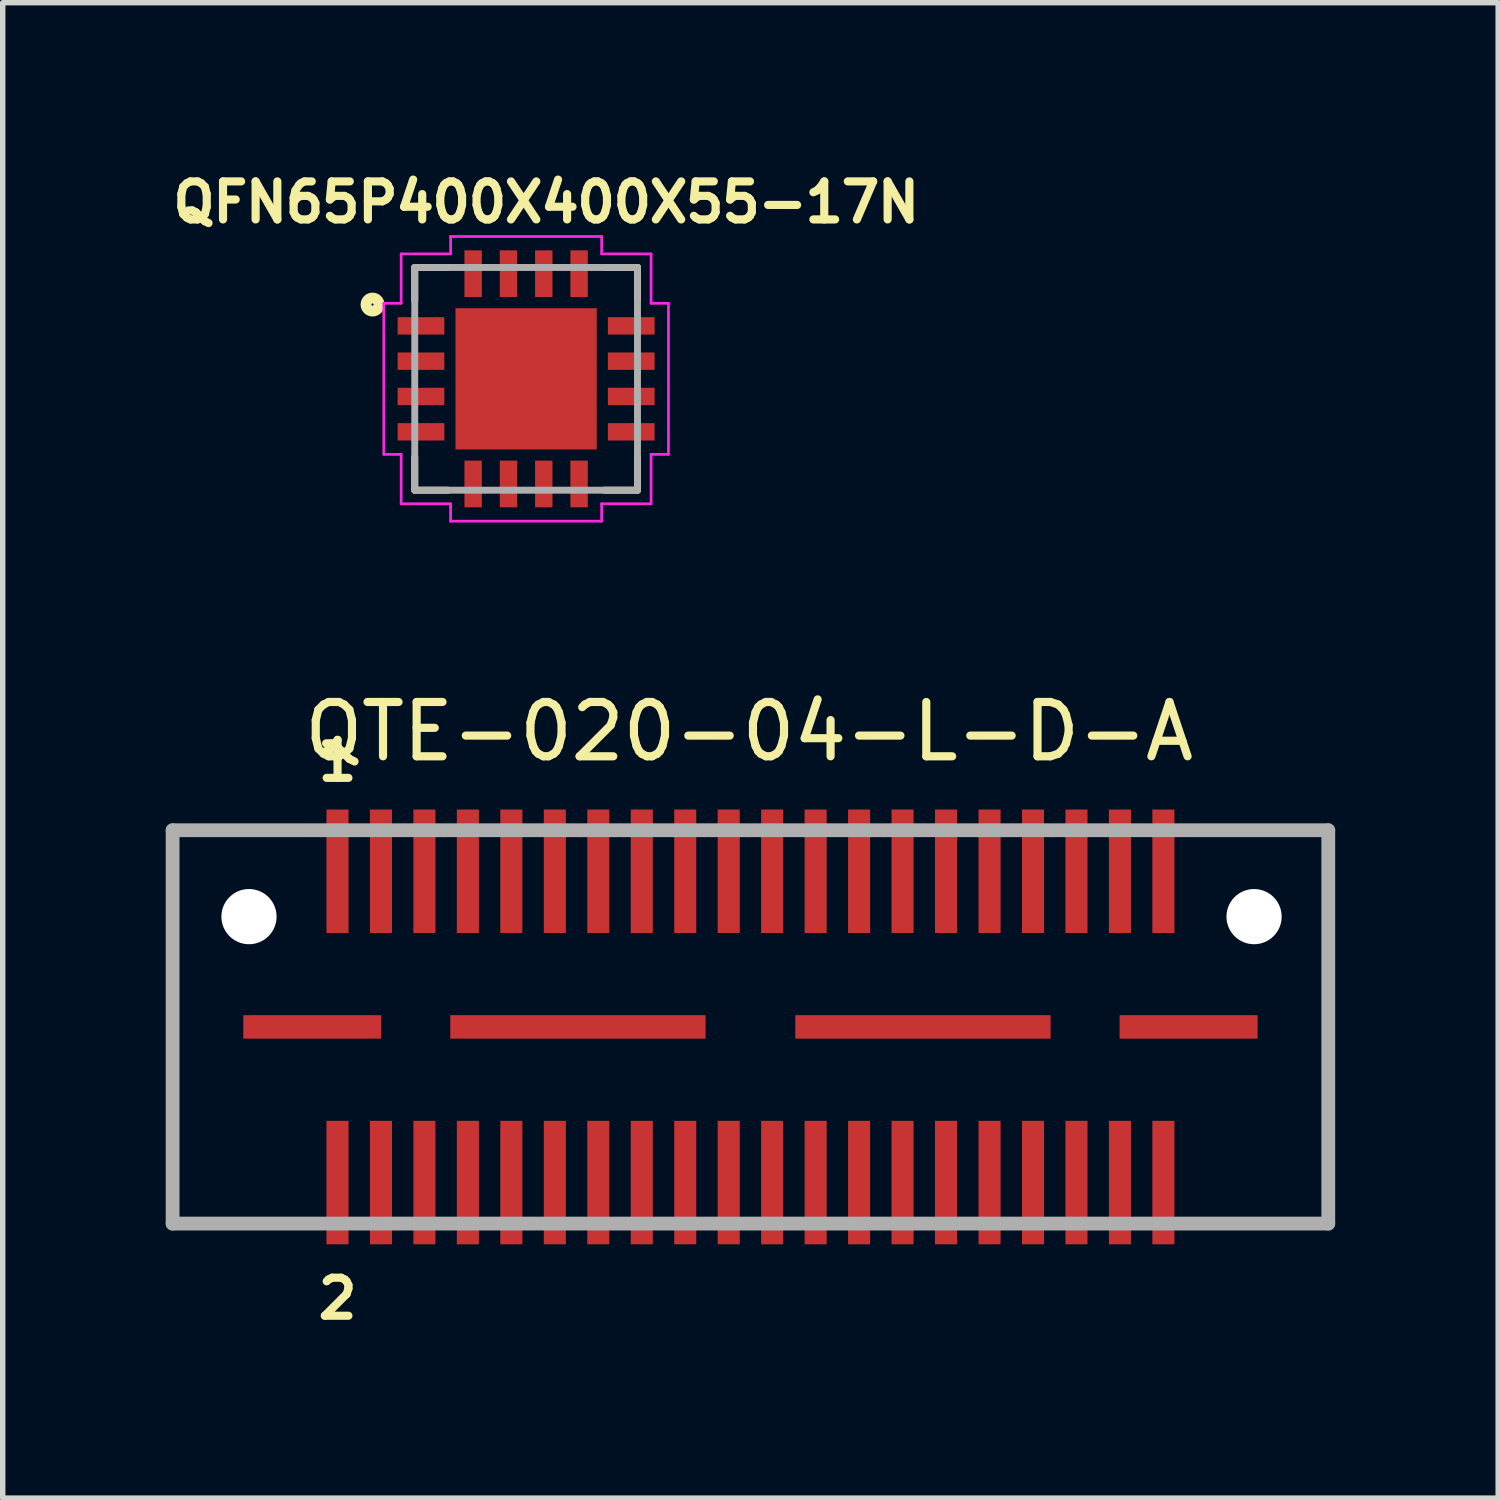
<source format=kicad_pcb>
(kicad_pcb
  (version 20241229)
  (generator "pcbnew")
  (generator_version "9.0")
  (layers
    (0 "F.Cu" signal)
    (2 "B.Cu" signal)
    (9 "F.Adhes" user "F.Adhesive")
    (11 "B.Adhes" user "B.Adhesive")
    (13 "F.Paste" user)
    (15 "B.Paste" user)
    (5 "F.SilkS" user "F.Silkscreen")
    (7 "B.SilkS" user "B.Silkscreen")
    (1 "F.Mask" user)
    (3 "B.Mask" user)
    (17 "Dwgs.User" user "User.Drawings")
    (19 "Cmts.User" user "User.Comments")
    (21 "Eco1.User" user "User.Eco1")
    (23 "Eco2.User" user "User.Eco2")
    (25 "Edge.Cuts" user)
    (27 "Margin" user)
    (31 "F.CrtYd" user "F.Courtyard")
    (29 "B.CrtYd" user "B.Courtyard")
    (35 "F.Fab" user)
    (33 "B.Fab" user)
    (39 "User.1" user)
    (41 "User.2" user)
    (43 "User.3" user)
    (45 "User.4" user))
  (footprint "QFN65P400X400X55-17N"
    (layer "F.Cu")
    (at 6.634 3.923)
    (property "Reference" "QFN65P400X400X55-17N" (at 0.371 -3.25 0) (layer "F.SilkS") (effects (font (size 0.7 0.7) (thickness 0.15))))
    (attr through_hole)
    (fp_line (start -2.05 -2.05) (end -2.05 -1.437) (stroke (width 0.127) (type solid)) (layer "F.SilkS"))
    (fp_line (start -2.05 2.05) (end -2.05 1.44) (stroke (width 0.127) (type solid)) (layer "F.SilkS"))
    (fp_line (start -1.437 -2.05) (end -2.05 -2.05) (stroke (width 0.127) (type solid)) (layer "F.SilkS"))
    (fp_line (start -1.437 2.05) (end -2.05 2.05) (stroke (width 0.127) (type solid)) (layer "F.SilkS"))
    (fp_line (start 1.44 -2.05) (end 2.05 -2.05) (stroke (width 0.127) (type solid)) (layer "F.SilkS"))
    (fp_line (start 1.44 2.05) (end 2.05 2.05) (stroke (width 0.127) (type solid)) (layer "F.SilkS"))
    (fp_line (start 2.05 -2.05) (end 2.05 -1.437) (stroke (width 0.127) (type solid)) (layer "F.SilkS"))
    (fp_line (start 2.05 2.05) (end 2.05 1.44) (stroke (width 0.127) (type solid)) (layer "F.SilkS"))
    (fp_circle (center -2.827 -1.367) (end -2.707 -1.367) (stroke (width 0.2) (type solid)) (fill no) (layer "F.SilkS"))
    (fp_poly (pts (xy -1.047 -1.045) (xy -0.125 -1.045) (xy -0.125 -0.125) (xy -1.047 -0.125)) (stroke (width 0.01) (type solid)) (fill yes) (layer "F.Paste"))
    (fp_poly (pts (xy -1.046 0.125) (xy -0.125 0.125) (xy -0.125 1.046) (xy -1.046 1.046)) (stroke (width 0.01) (type solid)) (fill yes) (layer "F.Paste"))
    (fp_poly (pts (xy 0.125 0.125) (xy 1.045 0.125) (xy 1.045 1.045) (xy 0.125 1.045)) (stroke (width 0.01) (type solid)) (fill yes) (layer "F.Paste"))
    (fp_poly (pts (xy 0.125 -1.045) (xy 1.045 -1.045) (xy 1.045 -0.125) (xy 0.125 -0.125)) (stroke (width 0.01) (type solid)) (fill yes) (layer "F.Paste"))
    (fp_line (start -2.62 -1.39) (end -2.3 -1.39) (stroke (width 0.05) (type solid)) (layer "F.CrtYd"))
    (fp_line (start -2.62 1.39) (end -2.62 -1.39) (stroke (width 0.05) (type solid)) (layer "F.CrtYd"))
    (fp_line (start -2.3 -2.3) (end -1.39 -2.3) (stroke (width 0.05) (type solid)) (layer "F.CrtYd"))
    (fp_line (start -2.3 -1.39) (end -2.3 -2.3) (stroke (width 0.05) (type solid)) (layer "F.CrtYd"))
    (fp_line (start -2.3 1.39) (end -2.62 1.39) (stroke (width 0.05) (type solid)) (layer "F.CrtYd"))
    (fp_line (start -2.3 2.3) (end -2.3 1.39) (stroke (width 0.05) (type solid)) (layer "F.CrtYd"))
    (fp_line (start -1.39 -2.62) (end 1.39 -2.62) (stroke (width 0.05) (type solid)) (layer "F.CrtYd"))
    (fp_line (start -1.39 -2.3) (end -1.39 -2.62) (stroke (width 0.05) (type solid)) (layer "F.CrtYd"))
    (fp_line (start -1.39 2.3) (end -2.3 2.3) (stroke (width 0.05) (type solid)) (layer "F.CrtYd"))
    (fp_line (start -1.39 2.62) (end -1.39 2.3) (stroke (width 0.05) (type solid)) (layer "F.CrtYd"))
    (fp_line (start 1.39 -2.62) (end 1.39 -2.3) (stroke (width 0.05) (type solid)) (layer "F.CrtYd"))
    (fp_line (start 1.39 -2.3) (end 2.3 -2.3) (stroke (width 0.05) (type solid)) (layer "F.CrtYd"))
    (fp_line (start 1.39 2.3) (end 1.39 2.62) (stroke (width 0.05) (type solid)) (layer "F.CrtYd"))
    (fp_line (start 1.39 2.62) (end -1.39 2.62) (stroke (width 0.05) (type solid)) (layer "F.CrtYd"))
    (fp_line (start 2.3 -2.3) (end 2.3 -1.39) (stroke (width 0.05) (type solid)) (layer "F.CrtYd"))
    (fp_line (start 2.3 -1.39) (end 2.62 -1.39) (stroke (width 0.05) (type solid)) (layer "F.CrtYd"))
    (fp_line (start 2.3 1.39) (end 2.3 2.3) (stroke (width 0.05) (type solid)) (layer "F.CrtYd"))
    (fp_line (start 2.3 2.3) (end 1.39 2.3) (stroke (width 0.05) (type solid)) (layer "F.CrtYd"))
    (fp_line (start 2.62 -1.39) (end 2.62 1.39) (stroke (width 0.05) (type solid)) (layer "F.CrtYd"))
    (fp_line (start 2.62 1.39) (end 2.3 1.39) (stroke (width 0.05) (type solid)) (layer "F.CrtYd"))
    (fp_line (start -2.05 -2.05) (end -2.05 2.05) (stroke (width 0.127) (type solid)) (layer "F.Fab"))
    (fp_line (start -2.05 -2.05) (end 2.05 -2.05) (stroke (width 0.127) (type solid)) (layer "F.Fab"))
    (fp_line (start 2.05 2.05) (end -2.05 2.05) (stroke (width 0.127) (type solid)) (layer "F.Fab"))
    (fp_line (start 2.05 2.05) (end 2.05 -2.05) (stroke (width 0.127) (type solid)) (layer "F.Fab"))
    (pad "1" smd rect (at -1.935 -0.975) (size 0.86 0.32) (layers "F.Cu" "F.Mask" "F.Paste"))
    (pad "2" smd rect (at -1.935 -0.325) (size 0.86 0.32) (layers "F.Cu" "F.Mask" "F.Paste"))
    (pad "3" smd rect (at -1.935 0.325) (size 0.86 0.32) (layers "F.Cu" "F.Mask" "F.Paste"))
    (pad "4" smd rect (at -1.935 0.975) (size 0.86 0.32) (layers "F.Cu" "F.Mask" "F.Paste"))
    (pad "5" smd rect (at -0.975 1.935) (size 0.32 0.86) (layers "F.Cu" "F.Mask" "F.Paste"))
    (pad "6" smd rect (at -0.325 1.935) (size 0.32 0.86) (layers "F.Cu" "F.Mask" "F.Paste"))
    (pad "7" smd rect (at 0.325 1.935) (size 0.32 0.86) (layers "F.Cu" "F.Mask" "F.Paste"))
    (pad "8" smd rect (at 0.975 1.935) (size 0.32 0.86) (layers "F.Cu" "F.Mask" "F.Paste"))
    (pad "9" smd rect (at 1.935 0.975) (size 0.86 0.32) (layers "F.Cu" "F.Mask" "F.Paste"))
    (pad "10" smd rect (at 1.935 0.325) (size 0.86 0.32) (layers "F.Cu" "F.Mask" "F.Paste"))
    (pad "11" smd rect (at 1.935 -0.325) (size 0.86 0.32) (layers "F.Cu" "F.Mask" "F.Paste"))
    (pad "12" smd rect (at 1.935 -0.975) (size 0.86 0.32) (layers "F.Cu" "F.Mask" "F.Paste"))
    (pad "13" smd rect (at 0.975 -1.935) (size 0.32 0.86) (layers "F.Cu" "F.Mask" "F.Paste"))
    (pad "14" smd rect (at 0.325 -1.935) (size 0.32 0.86) (layers "F.Cu" "F.Mask" "F.Paste"))
    (pad "15" smd rect (at -0.325 -1.935) (size 0.32 0.86) (layers "F.Cu" "F.Mask" "F.Paste"))
    (pad "16" smd rect (at -0.975 -1.935) (size 0.32 0.86) (layers "F.Cu" "F.Mask" "F.Paste"))
    (pad "17" smd rect (at 0 0) (size 2.6 2.6) (layers "F.Cu" "F.Mask")))
  (footprint "QTE-020-04-L-D-A"
    (layer "F.Cu")
    (at 10.763 15.852)
    (property "Reference" "QTE-020-04-L-D-A" (at -0.025 -5.436 0) (layer "F.SilkS") (effects (font (size 1 1) (thickness 0.15))))
    (attr through_hole)
    (fp_line (start -7.675 -3.454) (end -7.472 -3.454) (stroke (width 0.2) (type solid)) (layer "Margin"))
    (fp_line (start -7.675 -2.247) (end -7.675 -3.454) (stroke (width 0.2) (type solid)) (layer "Margin"))
    (fp_line (start -7.675 2.274) (end -7.472 2.274) (stroke (width 0.2) (type solid)) (layer "Margin"))
    (fp_line (start -7.675 3.48) (end -7.675 2.274) (stroke (width 0.2) (type solid)) (layer "Margin"))
    (fp_line (start -7.472 -3.454) (end -7.472 -2.247) (stroke (width 0.2) (type solid)) (layer "Margin"))
    (fp_line (start -7.472 -2.247) (end -7.675 -2.247) (stroke (width 0.2) (type solid)) (layer "Margin"))
    (fp_line (start -7.472 2.274) (end -7.472 3.48) (stroke (width 0.2) (type solid)) (layer "Margin"))
    (fp_line (start -7.472 3.48) (end -7.675 3.48) (stroke (width 0.2) (type solid)) (layer "Margin"))
    (fp_line (start 7.527 -3.454) (end 7.73 -3.454) (stroke (width 0.2) (type solid)) (layer "Margin"))
    (fp_line (start 7.527 -2.247) (end 7.527 -3.454) (stroke (width 0.2) (type solid)) (layer "Margin"))
    (fp_line (start 7.527 2.274) (end 7.73 2.274) (stroke (width 0.2) (type solid)) (layer "Margin"))
    (fp_line (start 7.527 3.48) (end 7.527 2.274) (stroke (width 0.2) (type solid)) (layer "Margin"))
    (fp_line (start 7.73 -3.454) (end 7.73 -2.247) (stroke (width 0.2) (type solid)) (layer "Margin"))
    (fp_line (start 7.73 -2.247) (end 7.527 -2.247) (stroke (width 0.2) (type solid)) (layer "Margin"))
    (fp_line (start 7.73 2.274) (end 7.73 3.48) (stroke (width 0.2) (type solid)) (layer "Margin"))
    (fp_line (start 7.73 3.48) (end 7.527 3.48) (stroke (width 0.2) (type solid)) (layer "Margin"))
    (fp_line (start -10.636 -3.62) (end 10.636 -3.62) (stroke (width 0.254) (type solid)) (layer "F.Fab"))
    (fp_line (start -10.636 3.62) (end -10.636 -3.62) (stroke (width 0.254) (type solid)) (layer "F.Fab"))
    (fp_line (start 10.636 -3.62) (end 10.636 3.62) (stroke (width 0.254) (type solid)) (layer "F.Fab"))
    (fp_line (start 10.636 3.62) (end -10.636 3.62) (stroke (width 0.254) (type solid)) (layer "F.Fab"))
    (fp_text user "2" (at -7.6 5 0) (layer "F.SilkS") (effects (font (size 0.7 0.7) (thickness 0.15))))
    (fp_text user "1" (at -7.6 -4.9 0) (layer "F.SilkS") (effects (font (size 0.7 0.7) (thickness 0.15))))
    (pad "" np_thru_hole circle (at -9.23 -2.03) (size 1.016 1.016) (drill 1.016) (layers "*.Cu" "*.Mask"))
    (pad "" np_thru_hole circle (at 9.27 -2.03) (size 1.016 1.016) (drill 1.016) (layers "*.Cu" "*.Mask"))
    (pad "1" smd rect (at -7.601 -2.865) (size 0.406 2.273) (layers "F.Cu" "F.Mask" "F.Paste"))
    (pad "2" smd rect (at -7.601 2.865) (size 0.406 2.273) (layers "F.Cu" "F.Mask" "F.Paste"))
    (pad "3" smd rect (at -6.801 -2.865) (size 0.406 2.273) (layers "F.Cu" "F.Mask" "F.Paste"))
    (pad "4" smd rect (at -6.801 2.865) (size 0.406 2.273) (layers "F.Cu" "F.Mask" "F.Paste"))
    (pad "5" smd rect (at -6.001 -2.865) (size 0.406 2.273) (layers "F.Cu" "F.Mask" "F.Paste"))
    (pad "6" smd rect (at -6.001 2.865) (size 0.406 2.273) (layers "F.Cu" "F.Mask" "F.Paste"))
    (pad "7" smd rect (at -5.201 -2.865) (size 0.406 2.273) (layers "F.Cu" "F.Mask" "F.Paste"))
    (pad "8" smd rect (at -5.201 2.865) (size 0.406 2.273) (layers "F.Cu" "F.Mask" "F.Paste"))
    (pad "9" smd rect (at -4.401 -2.865) (size 0.406 2.273) (layers "F.Cu" "F.Mask" "F.Paste"))
    (pad "10" smd rect (at -4.401 2.865) (size 0.406 2.273) (layers "F.Cu" "F.Mask" "F.Paste"))
    (pad "11" smd rect (at -3.6 -2.865) (size 0.406 2.273) (layers "F.Cu" "F.Mask" "F.Paste"))
    (pad "12" smd rect (at -3.6 2.865) (size 0.406 2.273) (layers "F.Cu" "F.Mask" "F.Paste"))
    (pad "13" smd rect (at -2.8 -2.865) (size 0.406 2.273) (layers "F.Cu" "F.Mask" "F.Paste"))
    (pad "14" smd rect (at -2.8 2.865) (size 0.406 2.273) (layers "F.Cu" "F.Mask" "F.Paste"))
    (pad "15" smd rect (at -2 -2.865) (size 0.406 2.273) (layers "F.Cu" "F.Mask" "F.Paste"))
    (pad "16" smd rect (at -2 2.865) (size 0.406 2.273) (layers "F.Cu" "F.Mask" "F.Paste"))
    (pad "17" smd rect (at -1.2 -2.865) (size 0.406 2.273) (layers "F.Cu" "F.Mask" "F.Paste"))
    (pad "18" smd rect (at -1.2 2.865) (size 0.406 2.273) (layers "F.Cu" "F.Mask" "F.Paste"))
    (pad "19" smd rect (at -0.4 -2.865) (size 0.406 2.273) (layers "F.Cu" "F.Mask" "F.Paste"))
    (pad "20" smd rect (at -0.4 2.865) (size 0.406 2.273) (layers "F.Cu" "F.Mask" "F.Paste"))
    (pad "21" smd rect (at 0.4 -2.865) (size 0.406 2.273) (layers "F.Cu" "F.Mask" "F.Paste"))
    (pad "22" smd rect (at 0.4 2.865) (size 0.406 2.273) (layers "F.Cu" "F.Mask" "F.Paste"))
    (pad "23" smd rect (at 1.2 -2.865) (size 0.406 2.273) (layers "F.Cu" "F.Mask" "F.Paste"))
    (pad "24" smd rect (at 1.2 2.865) (size 0.406 2.273) (layers "F.Cu" "F.Mask" "F.Paste"))
    (pad "25" smd rect (at 2 -2.865) (size 0.406 2.273) (layers "F.Cu" "F.Mask" "F.Paste"))
    (pad "26" smd rect (at 2 2.865) (size 0.406 2.273) (layers "F.Cu" "F.Mask" "F.Paste"))
    (pad "27" smd rect (at 2.8 -2.865) (size 0.406 2.273) (layers "F.Cu" "F.Mask" "F.Paste"))
    (pad "28" smd rect (at 2.8 2.865) (size 0.406 2.273) (layers "F.Cu" "F.Mask" "F.Paste"))
    (pad "29" smd rect (at 3.6 -2.865) (size 0.406 2.273) (layers "F.Cu" "F.Mask" "F.Paste"))
    (pad "30" smd rect (at 3.6 2.865) (size 0.406 2.273) (layers "F.Cu" "F.Mask" "F.Paste"))
    (pad "31" smd rect (at 4.401 -2.865) (size 0.406 2.273) (layers "F.Cu" "F.Mask" "F.Paste"))
    (pad "32" smd rect (at 4.401 2.865) (size 0.406 2.273) (layers "F.Cu" "F.Mask" "F.Paste"))
    (pad "33" smd rect (at 5.201 -2.865) (size 0.406 2.273) (layers "F.Cu" "F.Mask" "F.Paste"))
    (pad "34" smd rect (at 5.201 2.865) (size 0.406 2.273) (layers "F.Cu" "F.Mask" "F.Paste"))
    (pad "35" smd rect (at 6.001 -2.865) (size 0.406 2.273) (layers "F.Cu" "F.Mask" "F.Paste"))
    (pad "36" smd rect (at 6.001 2.865) (size 0.406 2.273) (layers "F.Cu" "F.Mask" "F.Paste"))
    (pad "37" smd rect (at 6.801 -2.865) (size 0.406 2.273) (layers "F.Cu" "F.Mask" "F.Paste"))
    (pad "38" smd rect (at 6.801 2.865) (size 0.406 2.273) (layers "F.Cu" "F.Mask" "F.Paste"))
    (pad "39" smd rect (at 7.601 -2.865) (size 0.406 2.273) (layers "F.Cu" "F.Mask" "F.Paste"))
    (pad "40" smd rect (at 7.601 2.865) (size 0.406 2.273) (layers "F.Cu" "F.Mask" "F.Paste"))
    (pad "G1" smd rect (at -8.065 0) (size 2.54 0.432) (layers "F.Cu" "F.Mask" "F.Paste"))
    (pad "G2" smd rect (at -3.175 0) (size 4.699 0.432) (layers "F.Cu" "F.Mask" "F.Paste"))
    (pad "G3" smd rect (at 3.175 0) (size 4.699 0.432) (layers "F.Cu" "F.Mask" "F.Paste"))
    (pad "G4" smd rect (at 8.065 0) (size 2.54 0.432) (layers "F.Cu" "F.Mask" "F.Paste")))
  (gr_rect
    (start -3 -3)
    (end 24.526 24.525)
    (stroke (width 0.1) (type default))
    (fill no)
    (layer "Edge.Cuts")))
</source>
